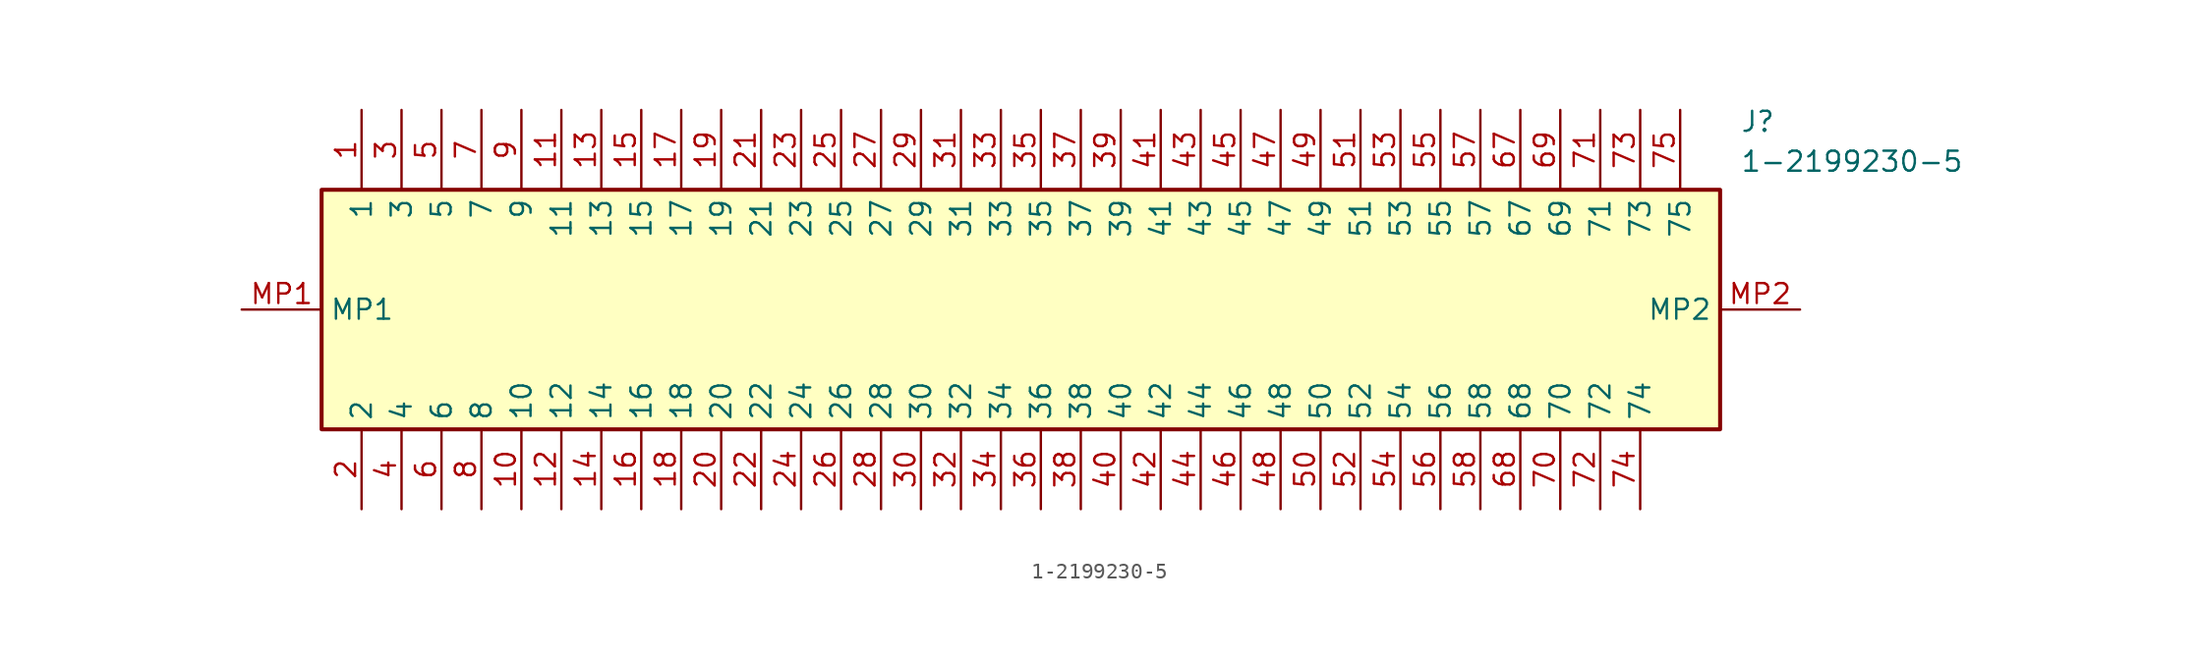
<source format=kicad_sym>
(kicad_symbol_lib
  (version 20220914)
  (generator kicad_symbol_editor)
  (symbol "1-2199230-5"
    (property "Reference" "J"
      (at 95.25 12.7 0)
      (effects (font (size 1.27 1.27)) (justify left top)))
    (property "Value" "1-2199230-5"
      (at 95.25 10.16 0)
      (effects (font (size 1.27 1.27)) (justify left top)))
    (symbol "1-2199230-5_1_1"
      (rectangle (start 5.08 7.62) (end 93.98 -7.62) (stroke (width 0.254) (type default)) (fill (type background)))
      (pin passive line (at 7.62 12.7 270) (length 5.08) (name "1" (effects (font (size 1.27 1.27)))) (number "1" (effects (font (size 1.27 1.27)))))
      (pin passive line (at 17.78 -12.7 90) (length 5.08) (name "10" (effects (font (size 1.27 1.27)))) (number "10" (effects (font (size 1.27 1.27)))))
      (pin passive line (at 20.32 12.7 270) (length 5.08) (name "11" (effects (font (size 1.27 1.27)))) (number "11" (effects (font (size 1.27 1.27)))))
      (pin passive line (at 20.32 -12.7 90) (length 5.08) (name "12" (effects (font (size 1.27 1.27)))) (number "12" (effects (font (size 1.27 1.27)))))
      (pin passive line (at 22.86 12.7 270) (length 5.08) (name "13" (effects (font (size 1.27 1.27)))) (number "13" (effects (font (size 1.27 1.27)))))
      (pin passive line (at 22.86 -12.7 90) (length 5.08) (name "14" (effects (font (size 1.27 1.27)))) (number "14" (effects (font (size 1.27 1.27)))))
      (pin passive line (at 25.4 12.7 270) (length 5.08) (name "15" (effects (font (size 1.27 1.27)))) (number "15" (effects (font (size 1.27 1.27)))))
      (pin passive line (at 25.4 -12.7 90) (length 5.08) (name "16" (effects (font (size 1.27 1.27)))) (number "16" (effects (font (size 1.27 1.27)))))
      (pin passive line (at 27.94 12.7 270) (length 5.08) (name "17" (effects (font (size 1.27 1.27)))) (number "17" (effects (font (size 1.27 1.27)))))
      (pin passive line (at 27.94 -12.7 90) (length 5.08) (name "18" (effects (font (size 1.27 1.27)))) (number "18" (effects (font (size 1.27 1.27)))))
      (pin passive line (at 30.48 12.7 270) (length 5.08) (name "19" (effects (font (size 1.27 1.27)))) (number "19" (effects (font (size 1.27 1.27)))))
      (pin passive line (at 7.62 -12.7 90) (length 5.08) (name "2" (effects (font (size 1.27 1.27)))) (number "2" (effects (font (size 1.27 1.27)))))
      (pin passive line (at 30.48 -12.7 90) (length 5.08) (name "20" (effects (font (size 1.27 1.27)))) (number "20" (effects (font (size 1.27 1.27)))))
      (pin passive line (at 33.02 12.7 270) (length 5.08) (name "21" (effects (font (size 1.27 1.27)))) (number "21" (effects (font (size 1.27 1.27)))))
      (pin passive line (at 33.02 -12.7 90) (length 5.08) (name "22" (effects (font (size 1.27 1.27)))) (number "22" (effects (font (size 1.27 1.27)))))
      (pin passive line (at 35.56 12.7 270) (length 5.08) (name "23" (effects (font (size 1.27 1.27)))) (number "23" (effects (font (size 1.27 1.27)))))
      (pin passive line (at 35.56 -12.7 90) (length 5.08) (name "24" (effects (font (size 1.27 1.27)))) (number "24" (effects (font (size 1.27 1.27)))))
      (pin passive line (at 38.1 12.7 270) (length 5.08) (name "25" (effects (font (size 1.27 1.27)))) (number "25" (effects (font (size 1.27 1.27)))))
      (pin passive line (at 38.1 -12.7 90) (length 5.08) (name "26" (effects (font (size 1.27 1.27)))) (number "26" (effects (font (size 1.27 1.27)))))
      (pin passive line (at 40.64 12.7 270) (length 5.08) (name "27" (effects (font (size 1.27 1.27)))) (number "27" (effects (font (size 1.27 1.27)))))
      (pin passive line (at 40.64 -12.7 90) (length 5.08) (name "28" (effects (font (size 1.27 1.27)))) (number "28" (effects (font (size 1.27 1.27)))))
      (pin passive line (at 43.18 12.7 270) (length 5.08) (name "29" (effects (font (size 1.27 1.27)))) (number "29" (effects (font (size 1.27 1.27)))))
      (pin passive line (at 10.16 12.7 270) (length 5.08) (name "3" (effects (font (size 1.27 1.27)))) (number "3" (effects (font (size 1.27 1.27)))))
      (pin passive line (at 43.18 -12.7 90) (length 5.08) (name "30" (effects (font (size 1.27 1.27)))) (number "30" (effects (font (size 1.27 1.27)))))
      (pin passive line (at 45.72 12.7 270) (length 5.08) (name "31" (effects (font (size 1.27 1.27)))) (number "31" (effects (font (size 1.27 1.27)))))
      (pin passive line (at 45.72 -12.7 90) (length 5.08) (name "32" (effects (font (size 1.27 1.27)))) (number "32" (effects (font (size 1.27 1.27)))))
      (pin passive line (at 48.26 12.7 270) (length 5.08) (name "33" (effects (font (size 1.27 1.27)))) (number "33" (effects (font (size 1.27 1.27)))))
      (pin passive line (at 48.26 -12.7 90) (length 5.08) (name "34" (effects (font (size 1.27 1.27)))) (number "34" (effects (font (size 1.27 1.27)))))
      (pin passive line (at 50.8 12.7 270) (length 5.08) (name "35" (effects (font (size 1.27 1.27)))) (number "35" (effects (font (size 1.27 1.27)))))
      (pin passive line (at 50.8 -12.7 90) (length 5.08) (name "36" (effects (font (size 1.27 1.27)))) (number "36" (effects (font (size 1.27 1.27)))))
      (pin passive line (at 53.34 12.7 270) (length 5.08) (name "37" (effects (font (size 1.27 1.27)))) (number "37" (effects (font (size 1.27 1.27)))))
      (pin passive line (at 53.34 -12.7 90) (length 5.08) (name "38" (effects (font (size 1.27 1.27)))) (number "38" (effects (font (size 1.27 1.27)))))
      (pin passive line (at 55.88 12.7 270) (length 5.08) (name "39" (effects (font (size 1.27 1.27)))) (number "39" (effects (font (size 1.27 1.27)))))
      (pin passive line (at 10.16 -12.7 90) (length 5.08) (name "4" (effects (font (size 1.27 1.27)))) (number "4" (effects (font (size 1.27 1.27)))))
      (pin passive line (at 55.88 -12.7 90) (length 5.08) (name "40" (effects (font (size 1.27 1.27)))) (number "40" (effects (font (size 1.27 1.27)))))
      (pin passive line (at 58.42 12.7 270) (length 5.08) (name "41" (effects (font (size 1.27 1.27)))) (number "41" (effects (font (size 1.27 1.27)))))
      (pin passive line (at 58.42 -12.7 90) (length 5.08) (name "42" (effects (font (size 1.27 1.27)))) (number "42" (effects (font (size 1.27 1.27)))))
      (pin passive line (at 60.96 12.7 270) (length 5.08) (name "43" (effects (font (size 1.27 1.27)))) (number "43" (effects (font (size 1.27 1.27)))))
      (pin passive line (at 60.96 -12.7 90) (length 5.08) (name "44" (effects (font (size 1.27 1.27)))) (number "44" (effects (font (size 1.27 1.27)))))
      (pin passive line (at 63.5 12.7 270) (length 5.08) (name "45" (effects (font (size 1.27 1.27)))) (number "45" (effects (font (size 1.27 1.27)))))
      (pin passive line (at 63.5 -12.7 90) (length 5.08) (name "46" (effects (font (size 1.27 1.27)))) (number "46" (effects (font (size 1.27 1.27)))))
      (pin passive line (at 66.04 12.7 270) (length 5.08) (name "47" (effects (font (size 1.27 1.27)))) (number "47" (effects (font (size 1.27 1.27)))))
      (pin passive line (at 66.04 -12.7 90) (length 5.08) (name "48" (effects (font (size 1.27 1.27)))) (number "48" (effects (font (size 1.27 1.27)))))
      (pin passive line (at 68.58 12.7 270) (length 5.08) (name "49" (effects (font (size 1.27 1.27)))) (number "49" (effects (font (size 1.27 1.27)))))
      (pin passive line (at 12.7 12.7 270) (length 5.08) (name "5" (effects (font (size 1.27 1.27)))) (number "5" (effects (font (size 1.27 1.27)))))
      (pin passive line (at 68.58 -12.7 90) (length 5.08) (name "50" (effects (font (size 1.27 1.27)))) (number "50" (effects (font (size 1.27 1.27)))))
      (pin passive line (at 71.12 12.7 270) (length 5.08) (name "51" (effects (font (size 1.27 1.27)))) (number "51" (effects (font (size 1.27 1.27)))))
      (pin passive line (at 71.12 -12.7 90) (length 5.08) (name "52" (effects (font (size 1.27 1.27)))) (number "52" (effects (font (size 1.27 1.27)))))
      (pin passive line (at 73.66 12.7 270) (length 5.08) (name "53" (effects (font (size 1.27 1.27)))) (number "53" (effects (font (size 1.27 1.27)))))
      (pin passive line (at 73.66 -12.7 90) (length 5.08) (name "54" (effects (font (size 1.27 1.27)))) (number "54" (effects (font (size 1.27 1.27)))))
      (pin passive line (at 76.2 12.7 270) (length 5.08) (name "55" (effects (font (size 1.27 1.27)))) (number "55" (effects (font (size 1.27 1.27)))))
      (pin passive line (at 76.2 -12.7 90) (length 5.08) (name "56" (effects (font (size 1.27 1.27)))) (number "56" (effects (font (size 1.27 1.27)))))
      (pin passive line (at 78.74 12.7 270) (length 5.08) (name "57" (effects (font (size 1.27 1.27)))) (number "57" (effects (font (size 1.27 1.27)))))
      (pin passive line (at 78.74 -12.7 90) (length 5.08) (name "58" (effects (font (size 1.27 1.27)))) (number "58" (effects (font (size 1.27 1.27)))))
      (pin passive line (at 12.7 -12.7 90) (length 5.08) (name "6" (effects (font (size 1.27 1.27)))) (number "6" (effects (font (size 1.27 1.27)))))
      (pin passive line (at 81.28 12.7 270) (length 5.08) (name "67" (effects (font (size 1.27 1.27)))) (number "67" (effects (font (size 1.27 1.27)))))
      (pin passive line (at 81.28 -12.7 90) (length 5.08) (name "68" (effects (font (size 1.27 1.27)))) (number "68" (effects (font (size 1.27 1.27)))))
      (pin passive line (at 83.82 12.7 270) (length 5.08) (name "69" (effects (font (size 1.27 1.27)))) (number "69" (effects (font (size 1.27 1.27)))))
      (pin passive line (at 15.24 12.7 270) (length 5.08) (name "7" (effects (font (size 1.27 1.27)))) (number "7" (effects (font (size 1.27 1.27)))))
      (pin passive line (at 83.82 -12.7 90) (length 5.08) (name "70" (effects (font (size 1.27 1.27)))) (number "70" (effects (font (size 1.27 1.27)))))
      (pin passive line (at 86.36 12.7 270) (length 5.08) (name "71" (effects (font (size 1.27 1.27)))) (number "71" (effects (font (size 1.27 1.27)))))
      (pin passive line (at 86.36 -12.7 90) (length 5.08) (name "72" (effects (font (size 1.27 1.27)))) (number "72" (effects (font (size 1.27 1.27)))))
      (pin passive line (at 88.9 12.7 270) (length 5.08) (name "73" (effects (font (size 1.27 1.27)))) (number "73" (effects (font (size 1.27 1.27)))))
      (pin passive line (at 88.9 -12.7 90) (length 5.08) (name "74" (effects (font (size 1.27 1.27)))) (number "74" (effects (font (size 1.27 1.27)))))
      (pin passive line (at 91.44 12.7 270) (length 5.08) (name "75" (effects (font (size 1.27 1.27)))) (number "75" (effects (font (size 1.27 1.27)))))
      (pin passive line (at 15.24 -12.7 90) (length 5.08) (name "8" (effects (font (size 1.27 1.27)))) (number "8" (effects (font (size 1.27 1.27)))))
      (pin passive line (at 17.78 12.7 270) (length 5.08) (name "9" (effects (font (size 1.27 1.27)))) (number "9" (effects (font (size 1.27 1.27)))))
      (pin passive line (at 0 0 0) (length 5.08) (name "MP1" (effects (font (size 1.27 1.27)))) (number "MP1" (effects (font (size 1.27 1.27)))))
      (pin passive line (at 99.06 0 180) (length 5.08) (name "MP2" (effects (font (size 1.27 1.27)))) (number "MP2" (effects (font (size 1.27 1.27))))))))
</source>
